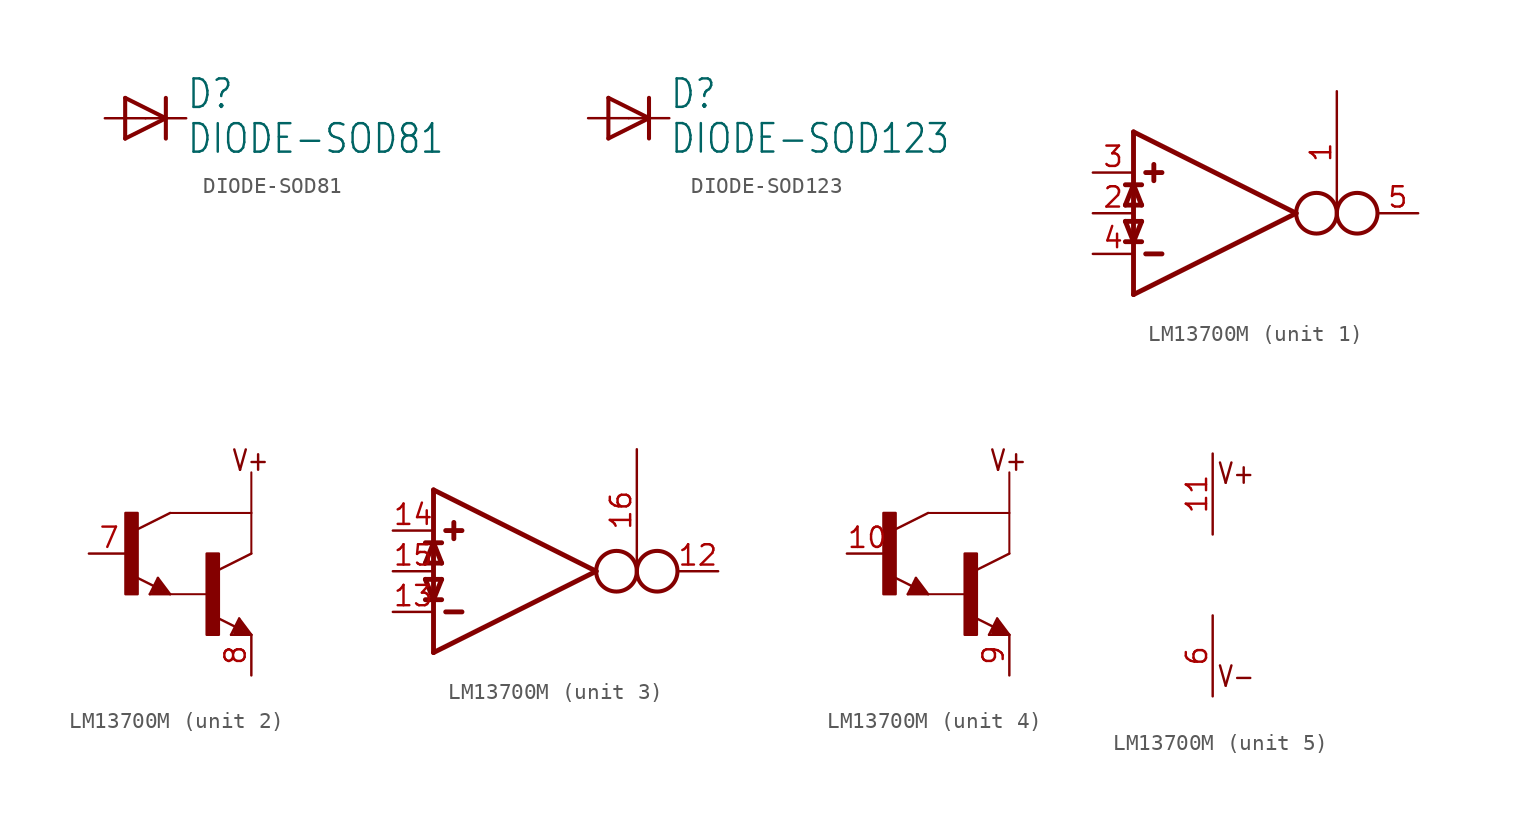
<source format=kicad_sym>
(kicad_symbol_lib
  (version 20211014)
  (generator kicad_symbol_editor)
  (symbol "DIODE-SOD81"
    (property "Reference" "D"
      (at 2.54 0.483 0)
      (effects (font (size 1.778 1.511)) (justify left bottom)))
    (property "Value" "DIODE-SOD81"
      (at 2.54 -2.311 0)
      (effects (font (size 1.778 1.511)) (justify left bottom)))
    (property "ki_locked" ""
      (at 0 0 0)
      (effects (font (size 1.27 1.27))))
    (symbol "DIODE-SOD81_1_0"
      (polyline (pts (xy -1.27 -1.27) (xy 1.27 0)) (stroke (width 0.254) (type default) (color 0 0 0 0)) (fill (type none)))
      (polyline (pts (xy -1.27 1.27) (xy -1.27 -1.27)) (stroke (width 0.254) (type default) (color 0 0 0 0)) (fill (type none)))
      (polyline (pts (xy 1.27 0) (xy -1.27 1.27)) (stroke (width 0.254) (type default) (color 0 0 0 0)) (fill (type none)))
      (polyline (pts (xy 1.27 0) (xy 1.27 -1.27)) (stroke (width 0.254) (type default) (color 0 0 0 0)) (fill (type none)))
      (polyline (pts (xy 1.27 1.27) (xy 1.27 0)) (stroke (width 0.254) (type default) (color 0 0 0 0)) (fill (type none)))
      (pin passive line (at -2.54 0 0) (length 2.54) (name "A" (effects (font (size 0 0)))) (number "A" (effects (font (size 0 0)))))
      (pin passive line (at 2.54 0 180) (length 2.54) (name "C" (effects (font (size 0 0)))) (number "C" (effects (font (size 0 0)))))))
  (symbol "DIODE-SOD123"
    (property "Reference" "D"
      (at 2.54 0.483 0)
      (effects (font (size 1.778 1.511)) (justify left bottom)))
    (property "Value" "DIODE-SOD123"
      (at 2.54 -2.311 0)
      (effects (font (size 1.778 1.511)) (justify left bottom)))
    (property "ki_locked" ""
      (at 0 0 0)
      (effects (font (size 1.27 1.27))))
    (symbol "DIODE-SOD123_1_0"
      (polyline (pts (xy -1.27 -1.27) (xy 1.27 0)) (stroke (width 0.254) (type default) (color 0 0 0 0)) (fill (type none)))
      (polyline (pts (xy -1.27 1.27) (xy -1.27 -1.27)) (stroke (width 0.254) (type default) (color 0 0 0 0)) (fill (type none)))
      (polyline (pts (xy 1.27 0) (xy -1.27 1.27)) (stroke (width 0.254) (type default) (color 0 0 0 0)) (fill (type none)))
      (polyline (pts (xy 1.27 0) (xy 1.27 -1.27)) (stroke (width 0.254) (type default) (color 0 0 0 0)) (fill (type none)))
      (polyline (pts (xy 1.27 1.27) (xy 1.27 0)) (stroke (width 0.254) (type default) (color 0 0 0 0)) (fill (type none)))
      (pin passive line (at -2.54 0 0) (length 2.54) (name "A" (effects (font (size 0 0)))) (number "A" (effects (font (size 0 0)))))
      (pin passive line (at 2.54 0 180) (length 2.54) (name "C" (effects (font (size 0 0)))) (number "C" (effects (font (size 0 0)))))))
  (symbol "LM13700M"
    (property "Reference" "IC"
      (at 5.08 2.54 0)
      (effects (font (size 1.778 1.511)) (justify left bottom) hide))
    (property "ki_locked" ""
      (at 0 0 0)
      (effects (font (size 1.27 1.27))))
    (symbol "LM13700M_1_0"
      (polyline (pts (xy -5.588 -0.508) (xy -5.08 -1.778)) (stroke (width 0.305) (type default) (color 0 0 0 0)) (fill (type none)))
      (polyline (pts (xy -5.588 0.508) (xy -4.572 0.508)) (stroke (width 0.305) (type default) (color 0 0 0 0)) (fill (type none)))
      (polyline (pts (xy -5.588 1.778) (xy -4.572 1.778)) (stroke (width 0.305) (type default) (color 0 0 0 0)) (fill (type none)))
      (polyline (pts (xy -5.08 -5.08) (xy 5.08 0)) (stroke (width 0.305) (type default) (color 0 0 0 0)) (fill (type none)))
      (polyline (pts (xy -5.08 -1.778) (xy -4.572 -0.508)) (stroke (width 0.305) (type default) (color 0 0 0 0)) (fill (type none)))
      (polyline (pts (xy -5.08 1.778) (xy -5.588 0.508)) (stroke (width 0.305) (type default) (color 0 0 0 0)) (fill (type none)))
      (polyline (pts (xy -5.08 5.08) (xy -5.08 -5.08)) (stroke (width 0.305) (type default) (color 0 0 0 0)) (fill (type none)))
      (polyline (pts (xy -4.572 -1.778) (xy -5.588 -1.778)) (stroke (width 0.305) (type default) (color 0 0 0 0)) (fill (type none)))
      (polyline (pts (xy -4.572 -0.508) (xy -5.588 -0.508)) (stroke (width 0.305) (type default) (color 0 0 0 0)) (fill (type none)))
      (polyline (pts (xy -4.572 0.508) (xy -5.08 1.778)) (stroke (width 0.305) (type default) (color 0 0 0 0)) (fill (type none)))
      (polyline (pts (xy -4.318 -2.54) (xy -3.302 -2.54)) (stroke (width 0.305) (type default) (color 0 0 0 0)) (fill (type none)))
      (polyline (pts (xy -4.318 2.54) (xy -3.302 2.54)) (stroke (width 0.305) (type default) (color 0 0 0 0)) (fill (type none)))
      (polyline (pts (xy -3.81 3.048) (xy -3.81 2.032)) (stroke (width 0.305) (type default) (color 0 0 0 0)) (fill (type none)))
      (polyline (pts (xy 5.08 0) (xy -5.08 5.08)) (stroke (width 0.305) (type default) (color 0 0 0 0)) (fill (type none)))
      (circle (center 6.35 0) (radius 1.27) (stroke (width 0.254) (type default) (color 0 0 0 0)) (fill (type none)))
      (circle (center 8.89 0) (radius 1.27) (stroke (width 0.254) (type default) (color 0 0 0 0)) (fill (type none)))
      (pin input line (at 7.62 7.62 270) (length 7.62) (name "I_BIAS" (effects (font (size 0 0)))) (number "1" (effects (font (size 1.27 1.27)))))
      (pin input line (at -7.62 0 0) (length 2.54) (name "I_DIODE" (effects (font (size 0 0)))) (number "2" (effects (font (size 1.27 1.27)))))
      (pin input line (at -7.62 2.54 0) (length 2.54) (name "IN_P" (effects (font (size 0 0)))) (number "3" (effects (font (size 1.27 1.27)))))
      (pin input line (at -7.62 -2.54 0) (length 2.54) (name "IN_N" (effects (font (size 0 0)))) (number "4" (effects (font (size 1.27 1.27)))))
      (pin output line (at 12.7 0 180) (length 2.54) (name "OUT" (effects (font (size 0 0)))) (number "5" (effects (font (size 1.27 1.27))))))
    (symbol "LM13700M_2_0"
      (rectangle (start -5.334 0) (end -4.572 5.08) (stroke (width 0) (type default) (color 0 0 0 0)) (fill (type outline)))
      (rectangle (start -0.254 -2.54) (end 0.508 2.54) (stroke (width 0) (type default) (color 0 0 0 0)) (fill (type outline)))
      (polyline (pts (xy -3.81 0) (xy -3.302 1.016)) (stroke (width 0.152) (type default) (color 0 0 0 0)) (fill (type none)))
      (polyline (pts (xy -3.556 0.127) (xy -2.794 0.127)) (stroke (width 0.254) (type default) (color 0 0 0 0)) (fill (type none)))
      (polyline (pts (xy -3.556 0.254) (xy -3.175 0.254)) (stroke (width 0.254) (type default) (color 0 0 0 0)) (fill (type none)))
      (polyline (pts (xy -3.54 0.5) (xy -4.772 1.116)) (stroke (width 0.152) (type default) (color 0 0 0 0)) (fill (type none)))
      (polyline (pts (xy -3.302 0.762) (xy -3.556 0.254)) (stroke (width 0.254) (type default) (color 0 0 0 0)) (fill (type none)))
      (polyline (pts (xy -3.302 1.016) (xy -2.54 0)) (stroke (width 0.152) (type default) (color 0 0 0 0)) (fill (type none)))
      (polyline (pts (xy -3.175 0.254) (xy -3.302 0.508)) (stroke (width 0.254) (type default) (color 0 0 0 0)) (fill (type none)))
      (polyline (pts (xy -2.794 0.127) (xy -3.302 0.762)) (stroke (width 0.254) (type default) (color 0 0 0 0)) (fill (type none)))
      (polyline (pts (xy -2.54 0) (xy -3.81 0)) (stroke (width 0.152) (type default) (color 0 0 0 0)) (fill (type none)))
      (polyline (pts (xy -2.54 5.08) (xy -4.572 4.064)) (stroke (width 0.152) (type default) (color 0 0 0 0)) (fill (type none)))
      (polyline (pts (xy -2.54 5.08) (xy 2.54 5.08)) (stroke (width 0.127) (type default) (color 0 0 0 0)) (fill (type none)))
      (polyline (pts (xy 0 0) (xy -2.54 0)) (stroke (width 0.127) (type default) (color 0 0 0 0)) (fill (type none)))
      (polyline (pts (xy 1.27 -2.54) (xy 1.778 -1.524)) (stroke (width 0.152) (type default) (color 0 0 0 0)) (fill (type none)))
      (polyline (pts (xy 1.524 -2.413) (xy 2.286 -2.413)) (stroke (width 0.254) (type default) (color 0 0 0 0)) (fill (type none)))
      (polyline (pts (xy 1.524 -2.286) (xy 1.905 -2.286)) (stroke (width 0.254) (type default) (color 0 0 0 0)) (fill (type none)))
      (polyline (pts (xy 1.54 -2.04) (xy 0.308 -1.424)) (stroke (width 0.152) (type default) (color 0 0 0 0)) (fill (type none)))
      (polyline (pts (xy 1.778 -1.778) (xy 1.524 -2.286)) (stroke (width 0.254) (type default) (color 0 0 0 0)) (fill (type none)))
      (polyline (pts (xy 1.778 -1.524) (xy 2.54 -2.54)) (stroke (width 0.152) (type default) (color 0 0 0 0)) (fill (type none)))
      (polyline (pts (xy 1.905 -2.286) (xy 1.778 -2.032)) (stroke (width 0.254) (type default) (color 0 0 0 0)) (fill (type none)))
      (polyline (pts (xy 2.286 -2.413) (xy 1.778 -1.778)) (stroke (width 0.254) (type default) (color 0 0 0 0)) (fill (type none)))
      (polyline (pts (xy 2.54 -2.54) (xy 1.27 -2.54)) (stroke (width 0.152) (type default) (color 0 0 0 0)) (fill (type none)))
      (polyline (pts (xy 2.54 2.54) (xy 0.508 1.524)) (stroke (width 0.152) (type default) (color 0 0 0 0)) (fill (type none)))
      (polyline (pts (xy 2.54 2.54) (xy 2.54 5.08)) (stroke (width 0.127) (type default) (color 0 0 0 0)) (fill (type none)))
      (polyline (pts (xy 2.54 5.08) (xy 2.54 7.62)) (stroke (width 0.127) (type default) (color 0 0 0 0)) (fill (type none)))
      (text "V+" (at 1.27 7.62 0) (effects (font (size 1.27 1.079)) (justify left bottom)))
      (pin passive line (at -7.62 2.54 0) (length 2.54) (name "B" (effects (font (size 0 0)))) (number "7" (effects (font (size 1.27 1.27)))))
      (pin passive line (at 2.54 -5.08 90) (length 2.54) (name "E" (effects (font (size 0 0)))) (number "8" (effects (font (size 1.27 1.27))))))
    (symbol "LM13700M_3_0"
      (polyline (pts (xy -5.588 -0.508) (xy -5.08 -1.778)) (stroke (width 0.305) (type default) (color 0 0 0 0)) (fill (type none)))
      (polyline (pts (xy -5.588 0.508) (xy -4.572 0.508)) (stroke (width 0.305) (type default) (color 0 0 0 0)) (fill (type none)))
      (polyline (pts (xy -5.588 1.778) (xy -4.572 1.778)) (stroke (width 0.305) (type default) (color 0 0 0 0)) (fill (type none)))
      (polyline (pts (xy -5.08 -5.08) (xy 5.08 0)) (stroke (width 0.305) (type default) (color 0 0 0 0)) (fill (type none)))
      (polyline (pts (xy -5.08 -1.778) (xy -4.572 -0.508)) (stroke (width 0.305) (type default) (color 0 0 0 0)) (fill (type none)))
      (polyline (pts (xy -5.08 1.778) (xy -5.588 0.508)) (stroke (width 0.305) (type default) (color 0 0 0 0)) (fill (type none)))
      (polyline (pts (xy -5.08 5.08) (xy -5.08 -5.08)) (stroke (width 0.305) (type default) (color 0 0 0 0)) (fill (type none)))
      (polyline (pts (xy -4.572 -1.778) (xy -5.588 -1.778)) (stroke (width 0.305) (type default) (color 0 0 0 0)) (fill (type none)))
      (polyline (pts (xy -4.572 -0.508) (xy -5.588 -0.508)) (stroke (width 0.305) (type default) (color 0 0 0 0)) (fill (type none)))
      (polyline (pts (xy -4.572 0.508) (xy -5.08 1.778)) (stroke (width 0.305) (type default) (color 0 0 0 0)) (fill (type none)))
      (polyline (pts (xy -4.318 -2.54) (xy -3.302 -2.54)) (stroke (width 0.305) (type default) (color 0 0 0 0)) (fill (type none)))
      (polyline (pts (xy -4.318 2.54) (xy -3.302 2.54)) (stroke (width 0.305) (type default) (color 0 0 0 0)) (fill (type none)))
      (polyline (pts (xy -3.81 3.048) (xy -3.81 2.032)) (stroke (width 0.305) (type default) (color 0 0 0 0)) (fill (type none)))
      (polyline (pts (xy 5.08 0) (xy -5.08 5.08)) (stroke (width 0.305) (type default) (color 0 0 0 0)) (fill (type none)))
      (circle (center 6.35 0) (radius 1.27) (stroke (width 0.254) (type default) (color 0 0 0 0)) (fill (type none)))
      (circle (center 8.89 0) (radius 1.27) (stroke (width 0.254) (type default) (color 0 0 0 0)) (fill (type none)))
      (pin output line (at 12.7 0 180) (length 2.54) (name "OUT" (effects (font (size 0 0)))) (number "12" (effects (font (size 1.27 1.27)))))
      (pin input line (at -7.62 -2.54 0) (length 2.54) (name "IN_N" (effects (font (size 0 0)))) (number "13" (effects (font (size 1.27 1.27)))))
      (pin input line (at -7.62 2.54 0) (length 2.54) (name "IN_P" (effects (font (size 0 0)))) (number "14" (effects (font (size 1.27 1.27)))))
      (pin input line (at -7.62 0 0) (length 2.54) (name "I_DIODE" (effects (font (size 0 0)))) (number "15" (effects (font (size 1.27 1.27)))))
      (pin input line (at 7.62 7.62 270) (length 7.62) (name "I_BIAS" (effects (font (size 0 0)))) (number "16" (effects (font (size 1.27 1.27))))))
    (symbol "LM13700M_4_0"
      (rectangle (start -5.334 0) (end -4.572 5.08) (stroke (width 0) (type default) (color 0 0 0 0)) (fill (type outline)))
      (rectangle (start -0.254 -2.54) (end 0.508 2.54) (stroke (width 0) (type default) (color 0 0 0 0)) (fill (type outline)))
      (polyline (pts (xy -3.81 0) (xy -3.302 1.016)) (stroke (width 0.152) (type default) (color 0 0 0 0)) (fill (type none)))
      (polyline (pts (xy -3.556 0.127) (xy -2.794 0.127)) (stroke (width 0.254) (type default) (color 0 0 0 0)) (fill (type none)))
      (polyline (pts (xy -3.556 0.254) (xy -3.175 0.254)) (stroke (width 0.254) (type default) (color 0 0 0 0)) (fill (type none)))
      (polyline (pts (xy -3.54 0.5) (xy -4.772 1.116)) (stroke (width 0.152) (type default) (color 0 0 0 0)) (fill (type none)))
      (polyline (pts (xy -3.302 0.762) (xy -3.556 0.254)) (stroke (width 0.254) (type default) (color 0 0 0 0)) (fill (type none)))
      (polyline (pts (xy -3.302 1.016) (xy -2.54 0)) (stroke (width 0.152) (type default) (color 0 0 0 0)) (fill (type none)))
      (polyline (pts (xy -3.175 0.254) (xy -3.302 0.508)) (stroke (width 0.254) (type default) (color 0 0 0 0)) (fill (type none)))
      (polyline (pts (xy -2.794 0.127) (xy -3.302 0.762)) (stroke (width 0.254) (type default) (color 0 0 0 0)) (fill (type none)))
      (polyline (pts (xy -2.54 0) (xy -3.81 0)) (stroke (width 0.152) (type default) (color 0 0 0 0)) (fill (type none)))
      (polyline (pts (xy -2.54 5.08) (xy -4.572 4.064)) (stroke (width 0.152) (type default) (color 0 0 0 0)) (fill (type none)))
      (polyline (pts (xy -2.54 5.08) (xy 2.54 5.08)) (stroke (width 0.127) (type default) (color 0 0 0 0)) (fill (type none)))
      (polyline (pts (xy 0 0) (xy -2.54 0)) (stroke (width 0.127) (type default) (color 0 0 0 0)) (fill (type none)))
      (polyline (pts (xy 1.27 -2.54) (xy 1.778 -1.524)) (stroke (width 0.152) (type default) (color 0 0 0 0)) (fill (type none)))
      (polyline (pts (xy 1.524 -2.413) (xy 2.286 -2.413)) (stroke (width 0.254) (type default) (color 0 0 0 0)) (fill (type none)))
      (polyline (pts (xy 1.524 -2.286) (xy 1.905 -2.286)) (stroke (width 0.254) (type default) (color 0 0 0 0)) (fill (type none)))
      (polyline (pts (xy 1.54 -2.04) (xy 0.308 -1.424)) (stroke (width 0.152) (type default) (color 0 0 0 0)) (fill (type none)))
      (polyline (pts (xy 1.778 -1.778) (xy 1.524 -2.286)) (stroke (width 0.254) (type default) (color 0 0 0 0)) (fill (type none)))
      (polyline (pts (xy 1.778 -1.524) (xy 2.54 -2.54)) (stroke (width 0.152) (type default) (color 0 0 0 0)) (fill (type none)))
      (polyline (pts (xy 1.905 -2.286) (xy 1.778 -2.032)) (stroke (width 0.254) (type default) (color 0 0 0 0)) (fill (type none)))
      (polyline (pts (xy 2.286 -2.413) (xy 1.778 -1.778)) (stroke (width 0.254) (type default) (color 0 0 0 0)) (fill (type none)))
      (polyline (pts (xy 2.54 -2.54) (xy 1.27 -2.54)) (stroke (width 0.152) (type default) (color 0 0 0 0)) (fill (type none)))
      (polyline (pts (xy 2.54 2.54) (xy 0.508 1.524)) (stroke (width 0.152) (type default) (color 0 0 0 0)) (fill (type none)))
      (polyline (pts (xy 2.54 2.54) (xy 2.54 5.08)) (stroke (width 0.127) (type default) (color 0 0 0 0)) (fill (type none)))
      (polyline (pts (xy 2.54 5.08) (xy 2.54 7.62)) (stroke (width 0.127) (type default) (color 0 0 0 0)) (fill (type none)))
      (text "V+" (at 1.27 7.62 0) (effects (font (size 1.27 1.079)) (justify left bottom)))
      (pin passive line (at -7.62 2.54 0) (length 2.54) (name "B" (effects (font (size 0 0)))) (number "10" (effects (font (size 1.27 1.27)))))
      (pin passive line (at 2.54 -5.08 90) (length 2.54) (name "E" (effects (font (size 0 0)))) (number "9" (effects (font (size 1.27 1.27))))))
    (symbol "LM13700M_5_0"
      (text "V+" (at 0.254 7.112 0) (effects (font (size 1.27 1.079)) (justify left top)))
      (text "V-" (at 0.254 -7.112 0) (effects (font (size 1.27 1.079)) (justify left bottom)))
      (pin power_in line (at 0 7.62 270) (length 5.08) (name "V+" (effects (font (size 0 0)))) (number "11" (effects (font (size 1.27 1.27)))))
      (pin power_in line (at 0 -7.62 90) (length 5.08) (name "V-" (effects (font (size 0 0)))) (number "6" (effects (font (size 1.27 1.27))))))))
</source>
